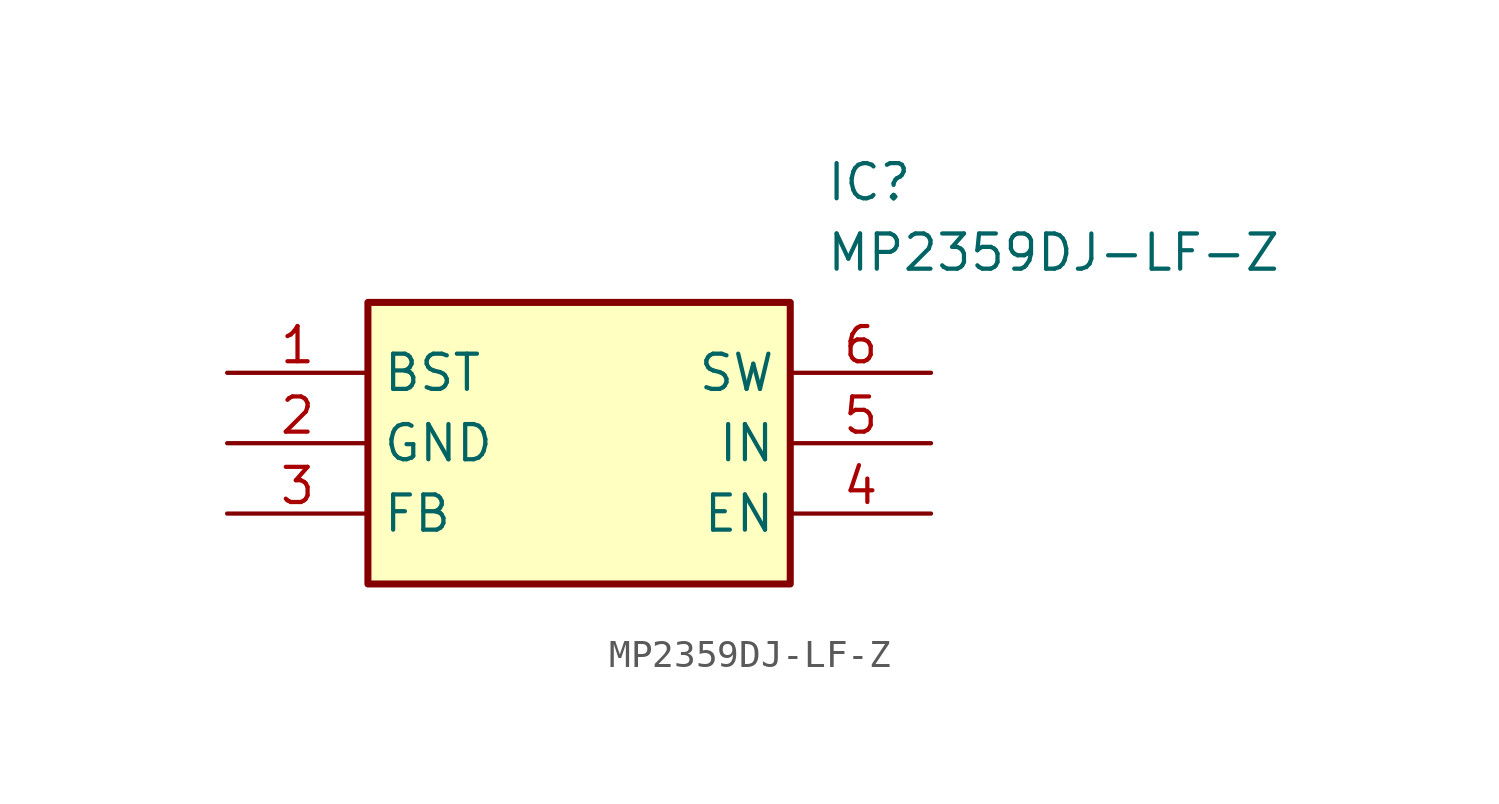
<source format=kicad_sym>
(kicad_symbol_lib
  (version 20211014)
  (generator SamacSys_ECAD_Model)
  (symbol "MP2359DJ-LF-Z"
    (property "Reference" "IC"
      (at 21.59 7.62 0)
      (effects (font (size 1.27 1.27)) (justify left top)))
    (property "Value" "MP2359DJ-LF-Z"
      (at 21.59 5.08 0)
      (effects (font (size 1.27 1.27)) (justify left top)))
    (rectangle
      (start 5.08 2.54)
      (end 20.32 -7.62)
      (stroke (width 0.254) (type default))
      (fill (type background)))
    (pin passive line
      (at 0 0 0)
      (length 5.08)
      (name "BST" (effects (font (size 1.27 1.27))))
      (number "1" (effects (font (size 1.27 1.27)))))
    (pin passive line
      (at 0 -2.54 0)
      (length 5.08)
      (name "GND" (effects (font (size 1.27 1.27))))
      (number "2" (effects (font (size 1.27 1.27)))))
    (pin passive line
      (at 0 -5.08 0)
      (length 5.08)
      (name "FB" (effects (font (size 1.27 1.27))))
      (number "3" (effects (font (size 1.27 1.27)))))
    (pin passive line
      (at 25.4 0 180)
      (length 5.08)
      (name "SW" (effects (font (size 1.27 1.27))))
      (number "6" (effects (font (size 1.27 1.27)))))
    (pin passive line
      (at 25.4 -2.54 180)
      (length 5.08)
      (name "IN" (effects (font (size 1.27 1.27))))
      (number "5" (effects (font (size 1.27 1.27)))))
    (pin passive line
      (at 25.4 -5.08 180)
      (length 5.08)
      (name "EN" (effects (font (size 1.27 1.27))))
      (number "4" (effects (font (size 1.27 1.27)))))))
</source>
